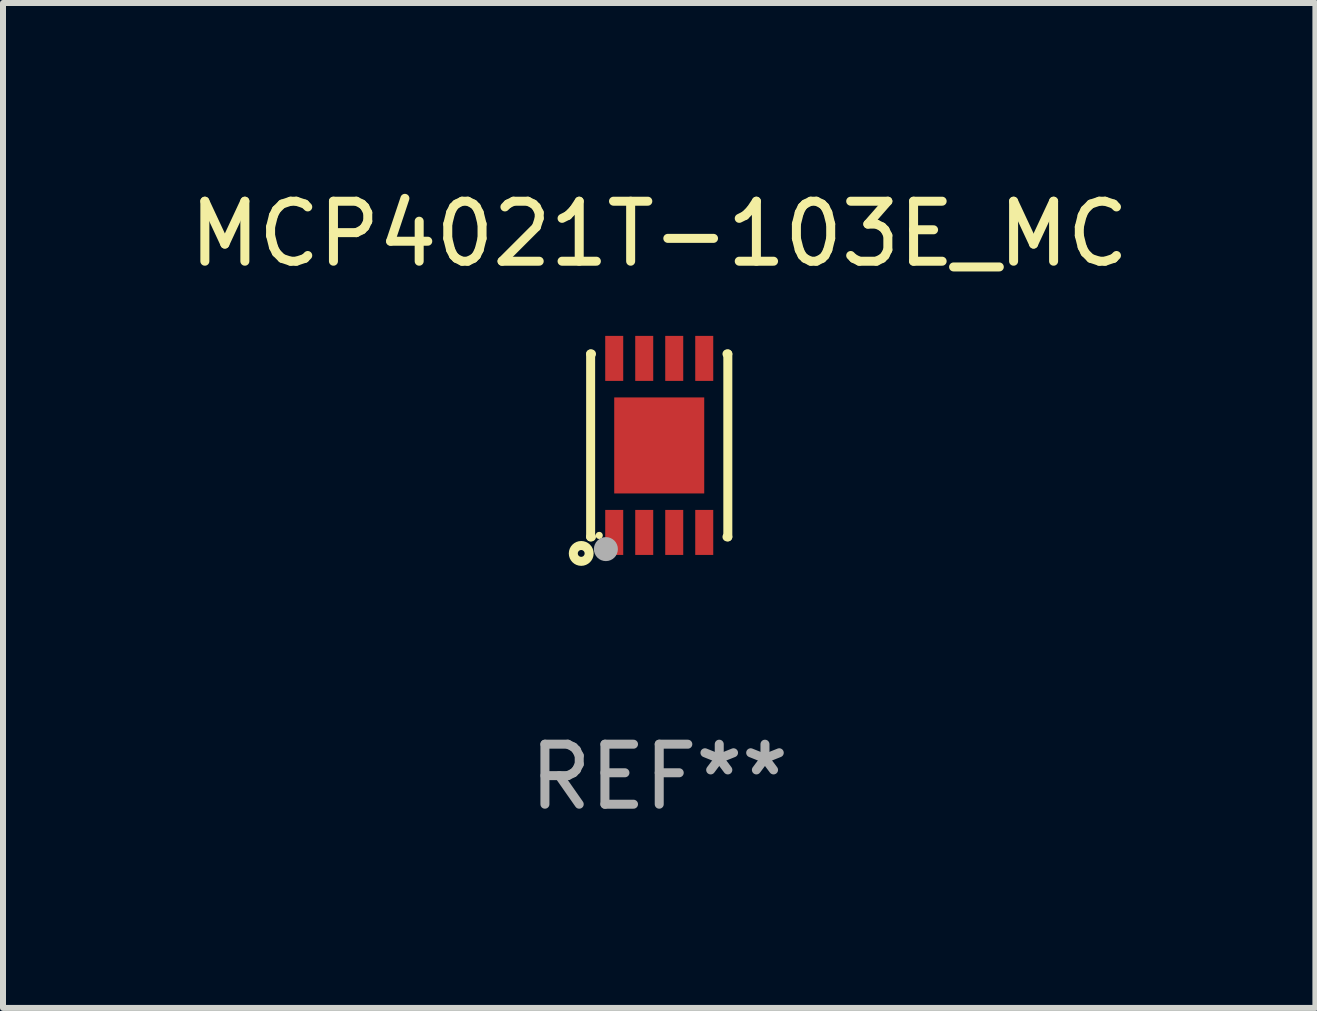
<source format=kicad_pcb>
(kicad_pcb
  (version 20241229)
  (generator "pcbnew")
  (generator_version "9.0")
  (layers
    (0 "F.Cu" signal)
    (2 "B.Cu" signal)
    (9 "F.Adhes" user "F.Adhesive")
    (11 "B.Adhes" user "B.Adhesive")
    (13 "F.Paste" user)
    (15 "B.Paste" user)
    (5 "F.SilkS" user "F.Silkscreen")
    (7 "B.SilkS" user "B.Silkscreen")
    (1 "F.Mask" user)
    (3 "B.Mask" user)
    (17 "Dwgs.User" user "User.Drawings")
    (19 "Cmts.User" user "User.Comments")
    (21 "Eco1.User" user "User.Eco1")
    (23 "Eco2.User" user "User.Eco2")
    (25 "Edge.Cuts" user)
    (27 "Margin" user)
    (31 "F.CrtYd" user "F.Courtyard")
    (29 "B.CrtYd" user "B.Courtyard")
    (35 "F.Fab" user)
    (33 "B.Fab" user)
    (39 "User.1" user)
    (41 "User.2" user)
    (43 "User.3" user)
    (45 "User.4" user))
  (footprint "MCP4021T-103E_MC"
    (layer "F.Cu")
    (at 7.935 4.372)
    (property "Reference" "MCP4021T-103E_MC" (at 0 -3.524 0) (layer "F.SilkS") (effects (font (size 1 1) (thickness 0.15))))
    (attr through_hole)
    (fp_line (start -1.143 -1.524) (end -1.143 1.524) (stroke (width 0.15) (type solid)) (layer "F.SilkS"))
    (fp_line (start -1.143 1.524) (end -1.129 1.524) (stroke (width 0.15) (type solid)) (layer "F.SilkS"))
    (fp_line (start -1.129 -1.524) (end -1.143 -1.524) (stroke (width 0.15) (type solid)) (layer "F.SilkS"))
    (fp_line (start 1.129 1.524) (end 1.143 1.524) (stroke (width 0.15) (type solid)) (layer "F.SilkS"))
    (fp_line (start 1.143 -1.524) (end 1.129 -1.524) (stroke (width 0.15) (type solid)) (layer "F.SilkS"))
    (fp_line (start 1.143 1.524) (end 1.143 -1.524) (stroke (width 0.15) (type solid)) (layer "F.SilkS"))
    (fp_circle (center -1.3 1.8) (end -1.243 1.8) (stroke (width 0.15) (type solid)) (fill no) (layer "F.SilkS"))
    (fp_circle (center -1 1.5) (end -0.97 1.5) (stroke (width 0.06) (type solid)) (fill no) (layer "F.SilkS"))
    (fp_circle (center -0.889 1.728) (end -0.789 1.728) (stroke (width 0.2) (type solid)) (fill no) (layer "F.Fab"))
    (fp_text user "REF**" (at 0 5.524 0) (layer "F.Fab") (effects (font (size 1 1) (thickness 0.15))))
    (pad "1" smd rect (at -0.75 1.45) (size 0.3 0.75) (layers "F.Cu" "F.Mask" "F.Paste"))
    (pad "2" smd rect (at -0.25 1.45) (size 0.3 0.75) (layers "F.Cu" "F.Mask" "F.Paste"))
    (pad "3" smd rect (at 0.25 1.45) (size 0.3 0.75) (layers "F.Cu" "F.Mask" "F.Paste"))
    (pad "4" smd rect (at 0.75 1.45) (size 0.3 0.75) (layers "F.Cu" "F.Mask" "F.Paste"))
    (pad "5" smd rect (at 0.75 -1.45) (size 0.3 0.75) (layers "F.Cu" "F.Mask" "F.Paste"))
    (pad "6" smd rect (at 0.25 -1.45) (size 0.3 0.75) (layers "F.Cu" "F.Mask" "F.Paste"))
    (pad "7" smd rect (at -0.25 -1.45) (size 0.3 0.75) (layers "F.Cu" "F.Mask" "F.Paste"))
    (pad "8" smd rect (at -0.75 -1.45) (size 0.3 0.75) (layers "F.Cu" "F.Mask" "F.Paste"))
    (pad "9" smd rect (at -0.000203 0.000457) (size 1.5 1.6) (layers "F.Cu" "F.Mask" "F.Paste")))
  (gr_rect
    (start -3 -3)
    (end 18.869 13.745)
    (stroke (width 0.1) (type default))
    (fill no)
    (layer "Edge.Cuts")))
</source>
